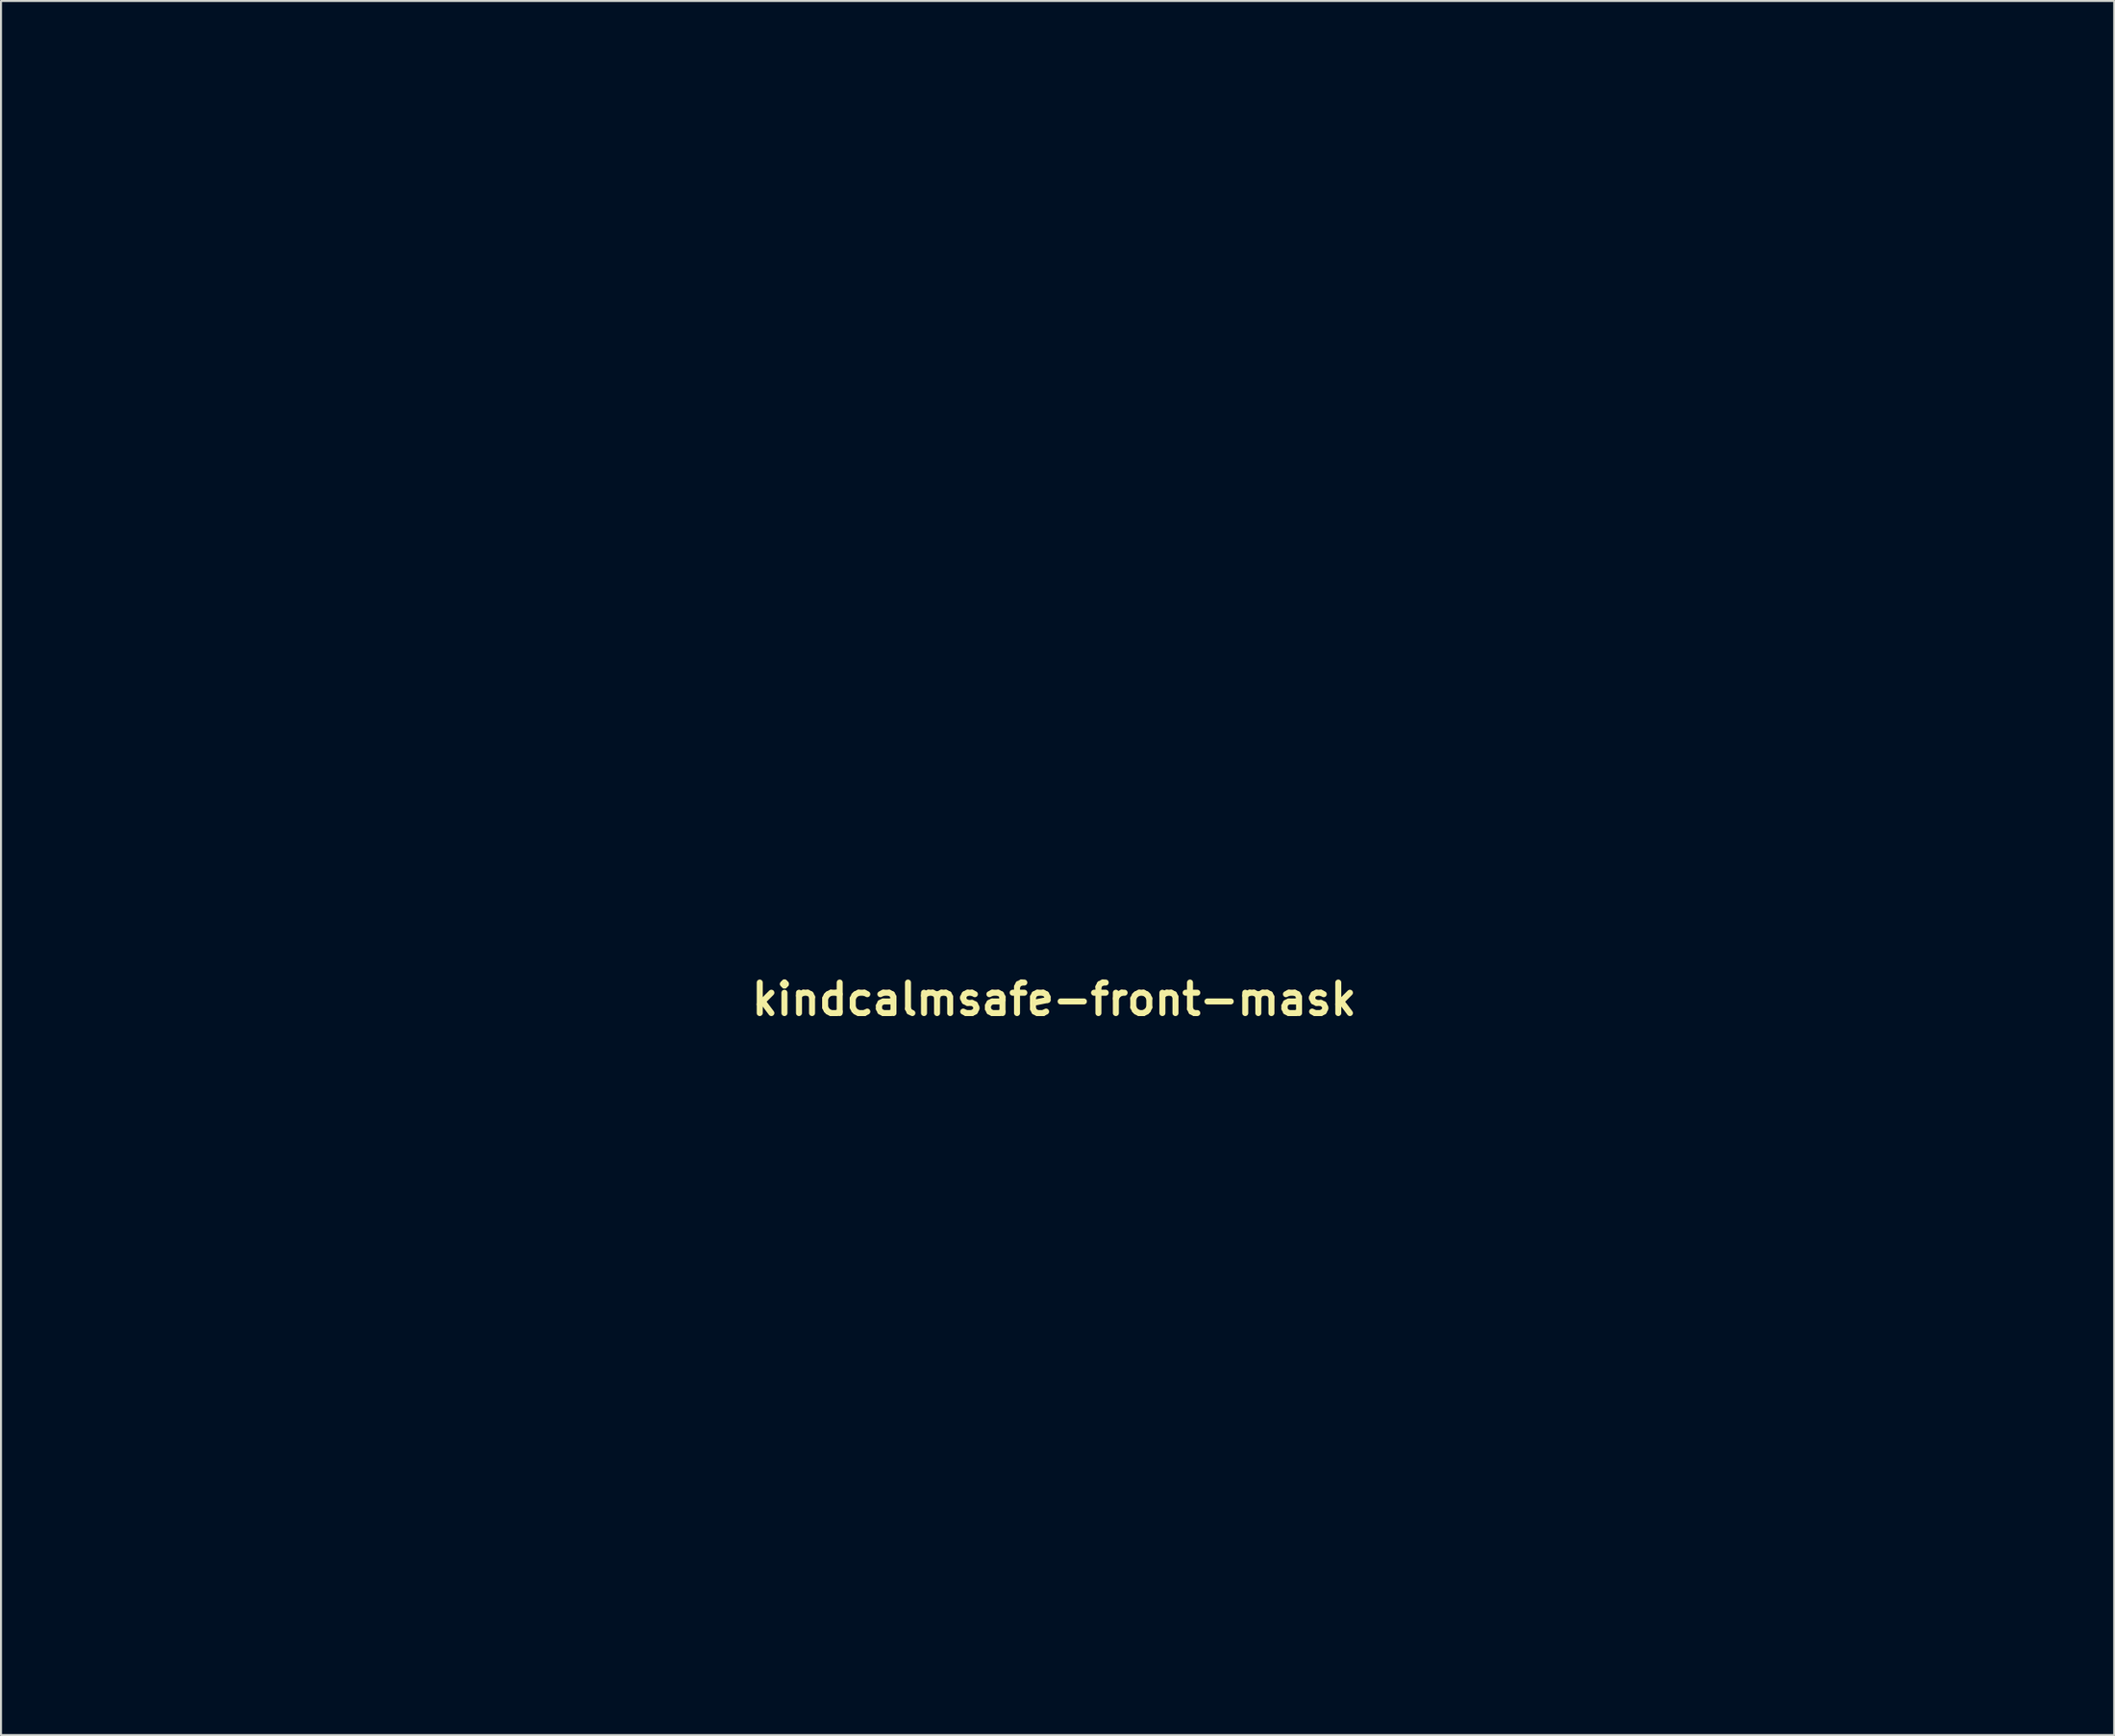
<source format=kicad_pcb>
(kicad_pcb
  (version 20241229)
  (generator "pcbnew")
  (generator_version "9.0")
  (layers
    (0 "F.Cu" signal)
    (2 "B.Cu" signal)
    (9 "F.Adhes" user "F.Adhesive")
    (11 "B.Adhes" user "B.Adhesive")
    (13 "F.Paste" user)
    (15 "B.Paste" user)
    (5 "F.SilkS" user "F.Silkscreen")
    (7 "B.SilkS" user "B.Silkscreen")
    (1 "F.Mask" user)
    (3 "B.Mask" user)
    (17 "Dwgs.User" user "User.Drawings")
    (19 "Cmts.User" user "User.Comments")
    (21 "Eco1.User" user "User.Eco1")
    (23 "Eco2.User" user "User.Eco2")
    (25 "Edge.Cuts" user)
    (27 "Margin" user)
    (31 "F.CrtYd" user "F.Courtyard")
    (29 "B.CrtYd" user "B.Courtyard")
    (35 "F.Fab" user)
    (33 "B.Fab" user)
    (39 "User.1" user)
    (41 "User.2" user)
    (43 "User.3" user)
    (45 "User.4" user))
  (footprint "kindcalmsafe-front-mask"
    (layer "F.Cu")
    (at 49.574 46.862)
    (property "Reference" "kindcalmsafe-front-mask" (at 0 0 0) (layer "F.SilkS") (effects (font (size 1.524 1.524) (thickness 0.3))))
    (attr through_hole)
    (fp_poly (pts (xy -18.477 -7.922) (xy -18.156 -7.82) (xy -17.901 -7.612) (xy -17.705 -7.286) (xy -17.558 -6.829) (xy -17.452 -6.228) (xy -17.393 -5.652) (xy -17.333 -4.911) (xy -20.176 -4.911) (xy -20.12 -5.702) (xy -20.039 -6.424) (xy -19.907 -6.994) (xy -19.721 -7.425) (xy -19.568 -7.637) (xy -19.392 -7.801) (xy -19.199 -7.889) (xy -18.916 -7.93) (xy -18.874 -7.933) (xy -18.477 -7.922)) (stroke (width 0.01) (type solid)) (fill yes) (layer "F.Mask"))
    (fp_poly (pts (xy -16.699 -27.904) (xy -16.378 -27.801) (xy -16.123 -27.593) (xy -15.927 -27.267) (xy -15.78 -26.81) (xy -15.674 -26.209) (xy -15.615 -25.633) (xy -15.555 -24.892) (xy -18.398 -24.892) (xy -18.342 -25.684) (xy -18.261 -26.405) (xy -18.129 -26.975) (xy -17.943 -27.406) (xy -17.79 -27.618) (xy -17.614 -27.782) (xy -17.421 -27.87) (xy -17.138 -27.911) (xy -17.096 -27.914) (xy -16.699 -27.904)) (stroke (width 0.01) (type solid)) (fill yes) (layer "F.Mask"))
    (fp_poly (pts (xy -14.667 12.059) (xy -14.346 12.161) (xy -14.091 12.369) (xy -13.895 12.695) (xy -13.748 13.152) (xy -13.642 13.754) (xy -13.583 14.33) (xy -13.523 15.071) (xy -16.366 15.071) (xy -16.31 14.279) (xy -16.229 13.558) (xy -16.097 12.987) (xy -15.911 12.557) (xy -15.758 12.345) (xy -15.582 12.18) (xy -15.389 12.093) (xy -15.106 12.052) (xy -15.064 12.048) (xy -14.667 12.059)) (stroke (width 0.01) (type solid)) (fill yes) (layer "F.Mask"))
    (fp_poly (pts (xy 32.492 12.059) (xy 32.813 12.161) (xy 33.068 12.369) (xy 33.264 12.695) (xy 33.411 13.152) (xy 33.517 13.754) (xy 33.576 14.33) (xy 33.636 15.071) (xy 30.794 15.071) (xy 30.849 14.279) (xy 30.93 13.558) (xy 31.062 12.987) (xy 31.248 12.557) (xy 31.401 12.345) (xy 31.577 12.18) (xy 31.771 12.093) (xy 32.054 12.052) (xy 32.096 12.048) (xy 32.492 12.059)) (stroke (width 0.01) (type solid)) (fill yes) (layer "F.Mask"))
    (fp_poly (pts (xy -31.814 -11.234) (xy -31.358 -11.201) (xy -30.915 -11.152) (xy -30.54 -11.094) (xy -30.313 -11.042) (xy -29.835 -10.825) (xy -29.451 -10.499) (xy -29.19 -10.091) (xy -29.124 -9.903) (xy -29.052 -9.406) (xy -29.079 -8.876) (xy -29.197 -8.38) (xy -29.327 -8.095) (xy -29.635 -7.736) (xy -30.09 -7.458) (xy -30.69 -7.261) (xy -31.431 -7.145) (xy -32.194 -7.113) (xy -32.851 -7.112) (xy -32.851 -11.287) (xy -31.814 -11.234)) (stroke (width 0.01) (type solid)) (fill yes) (layer "F.Mask"))
    (fp_poly (pts (xy -30.035 -31.215) (xy -29.58 -31.182) (xy -29.137 -31.133) (xy -28.762 -31.075) (xy -28.535 -31.024) (xy -28.057 -30.806) (xy -27.673 -30.48) (xy -27.412 -30.072) (xy -27.346 -29.884) (xy -27.274 -29.388) (xy -27.301 -28.857) (xy -27.419 -28.361) (xy -27.549 -28.077) (xy -27.857 -27.718) (xy -28.312 -27.439) (xy -28.912 -27.242) (xy -29.653 -27.127) (xy -30.416 -27.094) (xy -31.073 -27.093) (xy -31.073 -31.268) (xy -30.035 -31.215)) (stroke (width 0.01) (type solid)) (fill yes) (layer "F.Mask"))
    (fp_poly (pts (xy -28.003 8.748) (xy -27.548 8.781) (xy -27.105 8.83) (xy -26.73 8.887) (xy -26.503 8.939) (xy -26.025 9.156) (xy -25.641 9.483) (xy -25.38 9.89) (xy -25.314 10.078) (xy -25.242 10.575) (xy -25.269 11.106) (xy -25.387 11.601) (xy -25.517 11.886) (xy -25.825 12.245) (xy -26.28 12.524) (xy -26.88 12.721) (xy -27.621 12.836) (xy -28.384 12.869) (xy -29.041 12.869) (xy -29.041 8.695) (xy -28.003 8.748)) (stroke (width 0.01) (type solid)) (fill yes) (layer "F.Mask"))
    (fp_poly (pts (xy -31.771 -6.073) (xy -31.004 -6.017) (xy -30.381 -5.911) (xy -29.882 -5.747) (xy -29.487 -5.516) (xy -29.174 -5.208) (xy -28.925 -4.815) (xy -28.902 -4.769) (xy -28.785 -4.511) (xy -28.713 -4.284) (xy -28.676 -4.031) (xy -28.663 -3.695) (xy -28.662 -3.471) (xy -28.671 -3.05) (xy -28.701 -2.744) (xy -28.761 -2.501) (xy -28.858 -2.269) (xy -29.114 -1.853) (xy -29.443 -1.527) (xy -29.864 -1.281) (xy -30.394 -1.109) (xy -31.053 -1) (xy -31.729 -0.952) (xy -32.851 -0.907) (xy -32.851 -6.118) (xy -31.771 -6.073)) (stroke (width 0.01) (type solid)) (fill yes) (layer "F.Mask"))
    (fp_poly (pts (xy -29.993 -26.055) (xy -29.226 -25.998) (xy -28.603 -25.892) (xy -28.104 -25.729) (xy -27.709 -25.497) (xy -27.396 -25.19) (xy -27.147 -24.796) (xy -27.124 -24.75) (xy -27.007 -24.492) (xy -26.935 -24.266) (xy -26.898 -24.012) (xy -26.885 -23.676) (xy -26.884 -23.453) (xy -26.893 -23.031) (xy -26.923 -22.726) (xy -26.983 -22.483) (xy -27.08 -22.25) (xy -27.336 -21.834) (xy -27.665 -21.508) (xy -28.086 -21.263) (xy -28.616 -21.09) (xy -29.275 -20.982) (xy -29.951 -20.934) (xy -31.073 -20.889) (xy -31.073 -26.1) (xy -29.993 -26.055)) (stroke (width 0.01) (type solid)) (fill yes) (layer "F.Mask"))
    (fp_poly (pts (xy -27.961 13.908) (xy -27.194 13.965) (xy -26.571 14.07) (xy -26.072 14.234) (xy -25.677 14.465) (xy -25.364 14.773) (xy -25.115 15.167) (xy -25.092 15.213) (xy -24.975 15.47) (xy -24.903 15.697) (xy -24.866 15.95) (xy -24.853 16.286) (xy -24.852 16.51) (xy -24.861 16.931) (xy -24.891 17.237) (xy -24.951 17.48) (xy -25.048 17.713) (xy -25.304 18.129) (xy -25.633 18.455) (xy -26.054 18.7) (xy -26.584 18.873) (xy -27.243 18.981) (xy -27.919 19.029) (xy -29.041 19.074) (xy -29.041 13.863) (xy -27.961 13.908)) (stroke (width 0.01) (type solid)) (fill yes) (layer "F.Mask"))
    (fp_poly (pts (xy 12.36 -3.281) (xy 12.357 -2.811) (xy 12.345 -2.475) (xy 12.32 -2.236) (xy 12.277 -2.058) (xy 12.212 -1.906) (xy 12.169 -1.828) (xy 11.92 -1.478) (xy 11.628 -1.26) (xy 11.249 -1.149) (xy 10.985 -1.123) (xy 10.616 -1.123) (xy 10.361 -1.175) (xy 10.234 -1.238) (xy 9.956 -1.497) (xy 9.775 -1.865) (xy 9.68 -2.361) (xy 9.672 -2.456) (xy 9.677 -3.021) (xy 9.788 -3.478) (xy 10.015 -3.86) (xy 10.103 -3.959) (xy 10.333 -4.157) (xy 10.606 -4.289) (xy 10.957 -4.366) (xy 11.424 -4.399) (xy 11.663 -4.402) (xy 12.361 -4.403) (xy 12.36 -3.281)) (stroke (width 0.01) (type solid)) (fill yes) (layer "F.Mask"))
    (fp_poly (pts (xy 14.9 16.701) (xy 14.897 17.17) (xy 14.885 17.506) (xy 14.86 17.745) (xy 14.817 17.923) (xy 14.752 18.076) (xy 14.709 18.153) (xy 14.46 18.503) (xy 14.168 18.721) (xy 13.789 18.832) (xy 13.525 18.858) (xy 13.156 18.858) (xy 12.901 18.806) (xy 12.774 18.743) (xy 12.496 18.484) (xy 12.315 18.116) (xy 12.22 17.62) (xy 12.212 17.525) (xy 12.217 16.96) (xy 12.328 16.503) (xy 12.555 16.122) (xy 12.643 16.022) (xy 12.873 15.825) (xy 13.146 15.692) (xy 13.497 15.615) (xy 13.964 15.582) (xy 14.203 15.579) (xy 14.901 15.579) (xy 14.9 16.701)) (stroke (width 0.01) (type solid)) (fill yes) (layer "F.Mask"))
    (fp_poly (pts (xy 33.812 -27.534) (xy 34.134 -27.41) (xy 34.185 -27.376) (xy 34.421 -27.169) (xy 34.608 -26.922) (xy 34.751 -26.615) (xy 34.853 -26.23) (xy 34.919 -25.746) (xy 34.954 -25.144) (xy 34.961 -24.405) (xy 34.955 -23.918) (xy 34.944 -23.355) (xy 34.931 -22.931) (xy 34.912 -22.618) (xy 34.885 -22.386) (xy 34.846 -22.205) (xy 34.79 -22.047) (xy 34.715 -21.881) (xy 34.694 -21.84) (xy 34.482 -21.485) (xy 34.239 -21.25) (xy 34.132 -21.183) (xy 33.715 -21.034) (xy 33.25 -21.004) (xy 32.807 -21.092) (xy 32.683 -21.146) (xy 32.414 -21.326) (xy 32.2 -21.577) (xy 32.037 -21.916) (xy 31.919 -22.36) (xy 31.842 -22.925) (xy 31.802 -23.627) (xy 31.792 -24.299) (xy 31.807 -25.121) (xy 31.854 -25.793) (xy 31.938 -26.331) (xy 32.064 -26.753) (xy 32.237 -27.075) (xy 32.46 -27.314) (xy 32.683 -27.458) (xy 33.018 -27.562) (xy 33.417 -27.586) (xy 33.812 -27.534)) (stroke (width 0.01) (type solid)) (fill yes) (layer "F.Mask"))
    (fp_poly (pts (xy -13.935 -46.856) (xy -13.404 -46.852) (xy -12.98 -46.841) (xy -12.632 -46.822) (xy -12.331 -46.793) (xy -12.043 -46.752) (xy -11.74 -46.696) (xy -11.418 -46.629) (xy -9.99 -46.261) (xy -8.59 -45.78) (xy -7.257 -45.201) (xy -6.028 -44.539) (xy -5.553 -44.241) (xy -4.821 -43.758) (xy -4.421 -44.014) (xy -4.023 -44.247) (xy -3.508 -44.515) (xy -2.922 -44.797) (xy -2.308 -45.074) (xy -1.71 -45.324) (xy -1.173 -45.528) (xy -0.986 -45.592) (xy -0.512 -45.736) (xy 0.05 -45.89) (xy 0.62 -46.033) (xy 1.004 -46.121) (xy 1.35 -46.192) (xy 1.651 -46.247) (xy 1.938 -46.288) (xy 2.243 -46.316) (xy 2.595 -46.334) (xy 3.026 -46.344) (xy 3.567 -46.348) (xy 4.191 -46.349) (xy 4.861 -46.348) (xy 5.392 -46.344) (xy 5.816 -46.333) (xy 6.164 -46.314) (xy 6.465 -46.285) (xy 6.753 -46.244) (xy 7.056 -46.188) (xy 7.378 -46.121) (xy 7.902 -46) (xy 8.477 -45.852) (xy 9.024 -45.698) (xy 9.368 -45.592) (xy 9.874 -45.41) (xy 10.458 -45.173) (xy 11.076 -44.902) (xy 11.682 -44.617) (xy 12.233 -44.339) (xy 12.684 -44.088) (xy 12.813 -44.008) (xy 13.222 -43.746) (xy 14.294 -44.097) (xy 15.301 -44.406) (xy 16.211 -44.64) (xy 17.073 -44.806) (xy 17.939 -44.912) (xy 18.858 -44.968) (xy 19.685 -44.981) (xy 21.381 -44.901) (xy 23.023 -44.661) (xy 24.613 -44.26) (xy 26.155 -43.697) (xy 27.652 -42.971) (xy 28.482 -42.487) (xy 29.598 -41.718) (xy 30.685 -40.82) (xy 31.713 -39.823) (xy 32.653 -38.76) (xy 33.474 -37.659) (xy 33.949 -36.906) (xy 34.324 -36.261) (xy 35.006 -36.16) (xy 36.544 -35.848) (xy 38.052 -35.377) (xy 39.516 -34.756) (xy 40.92 -33.995) (xy 42.251 -33.103) (xy 43.494 -32.091) (xy 44.635 -30.967) (xy 45.66 -29.741) (xy 46.466 -28.566) (xy 47.285 -27.094) (xy 47.94 -25.578) (xy 48.432 -24.015) (xy 48.764 -22.403) (xy 48.934 -20.738) (xy 48.96 -19.77) (xy 48.891 -18.187) (xy 48.685 -16.651) (xy 48.348 -15.185) (xy 47.983 -14.07) (xy 47.782 -13.536) (xy 48.141 -12.843) (xy 48.78 -11.447) (xy 49.299 -9.966) (xy 49.68 -8.45) (xy 49.764 -8.003) (xy 49.818 -7.581) (xy 49.861 -7.034) (xy 49.891 -6.395) (xy 49.91 -5.701) (xy 49.916 -4.987) (xy 49.91 -4.288) (xy 49.892 -3.641) (xy 49.86 -3.081) (xy 49.815 -2.643) (xy 49.799 -2.54) (xy 49.673 -1.919) (xy 49.506 -1.224) (xy 49.314 -0.514) (xy 49.112 0.152) (xy 48.918 0.715) (xy 48.9 0.761) (xy 48.716 1.203) (xy 48.479 1.725) (xy 48.212 2.28) (xy 47.937 2.822) (xy 47.677 3.306) (xy 47.456 3.684) (xy 47.431 3.723) (xy 47.189 4.101) (xy 47.418 4.955) (xy 47.745 6.489) (xy 47.921 8.073) (xy 47.948 9.682) (xy 47.824 11.287) (xy 47.55 12.862) (xy 47.414 13.42) (xy 47.257 13.988) (xy 47.097 14.501) (xy 46.919 15.001) (xy 46.706 15.53) (xy 46.443 16.128) (xy 46.15 16.764) (xy 45.92 17.257) (xy 45.686 17.768) (xy 45.471 18.245) (xy 45.297 18.636) (xy 45.253 18.738) (xy 44.623 20.011) (xy 43.848 21.263) (xy 42.948 22.467) (xy 41.947 23.593) (xy 40.867 24.613) (xy 40.223 25.136) (xy 39.642 25.623) (xy 39.176 26.11) (xy 38.947 26.4) (xy 37.904 27.679) (xy 36.744 28.838) (xy 35.473 29.872) (xy 34.099 30.779) (xy 32.628 31.552) (xy 31.067 32.189) (xy 29.423 32.685) (xy 28.799 32.831) (xy 28.488 32.896) (xy 28.216 32.948) (xy 27.957 32.988) (xy 27.685 33.018) (xy 27.376 33.039) (xy 27.002 33.052) (xy 26.54 33.06) (xy 25.962 33.065) (xy 25.244 33.067) (xy 25.146 33.067) (xy 24.427 33.072) (xy 23.697 33.084) (xy 22.992 33.102) (xy 22.347 33.124) (xy 21.798 33.15) (xy 21.38 33.179) (xy 21.355 33.181) (xy 19.951 33.236) (xy 18.486 33.156) (xy 17.187 32.978) (xy 16.797 32.917) (xy 16.49 32.894) (xy 16.187 32.911) (xy 15.809 32.967) (xy 15.75 32.977) (xy 14.059 33.189) (xy 12.397 33.236) (xy 10.755 33.116) (xy 9.128 32.829) (xy 7.508 32.373) (xy 7.273 32.293) (xy 6.888 32.156) (xy 6.541 32.025) (xy 6.276 31.919) (xy 6.161 31.867) (xy 6.046 31.818) (xy 5.921 31.802) (xy 5.753 31.826) (xy 5.503 31.893) (xy 5.138 32.011) (xy 5.039 32.044) (xy 4.581 32.186) (xy 4.032 32.338) (xy 3.47 32.481) (xy 3.07 32.572) (xy 2.725 32.644) (xy 2.425 32.699) (xy 2.141 32.74) (xy 1.841 32.768) (xy 1.495 32.787) (xy 1.074 32.797) (xy 0.545 32.802) (xy -0.12 32.803) (xy -0.169 32.803) (xy -0.844 32.802) (xy -1.38 32.798) (xy -1.808 32.788) (xy -2.157 32.77) (xy -2.459 32.742) (xy -2.744 32.702) (xy -3.043 32.648) (xy -3.385 32.577) (xy -3.418 32.57) (xy -3.954 32.443) (xy -4.55 32.282) (xy -5.124 32.11) (xy -5.492 31.987) (xy -5.953 31.828) (xy -6.317 31.723) (xy -6.642 31.658) (xy -6.988 31.621) (xy -7.343 31.603) (xy -7.738 31.59) (xy -8.021 31.595) (xy -8.252 31.63) (xy -8.488 31.705) (xy -8.788 31.831) (xy -8.983 31.919) (xy -10.314 32.465) (xy -11.611 32.885) (xy -12.931 33.196) (xy -13.674 33.324) (xy -14.415 33.408) (xy -15.249 33.455) (xy -16.134 33.464) (xy -17.031 33.439) (xy -17.898 33.38) (xy -18.696 33.288) (xy -19.383 33.166) (xy -19.61 33.11) (xy -19.832 33.089) (xy -20.146 33.127) (xy -20.583 33.23) (xy -20.587 33.231) (xy -21.278 33.388) (xy -22.075 33.522) (xy -22.929 33.63) (xy -23.792 33.707) (xy -24.616 33.748) (xy -25.352 33.748) (xy -25.696 33.729) (xy -27.418 33.512) (xy -29.079 33.14) (xy -30.674 32.617) (xy -32.195 31.943) (xy -33.638 31.121) (xy -33.92 30.936) (xy -34.369 30.651) (xy -34.745 30.451) (xy -35.102 30.309) (xy -35.388 30.227) (xy -37.002 29.729) (xy -38.545 29.081) (xy -40.009 28.289) (xy -41.384 27.359) (xy -42.66 26.3) (xy -43.829 25.116) (xy -44.88 23.814) (xy -45.339 23.152) (xy -46.019 22.001) (xy -46.627 20.732) (xy -47.145 19.389) (xy -47.555 18.016) (xy -47.715 17.328) (xy -47.84 16.578) (xy -47.931 15.71) (xy -47.985 14.775) (xy -48.001 13.819) (xy -47.977 12.893) (xy -47.926 12.2) (xy -47.883 11.714) (xy -47.864 11.34) (xy -47.871 11.021) (xy -47.903 10.701) (xy -47.963 10.329) (xy -48.019 9.958) (xy -48.08 9.469) (xy -48.141 8.916) (xy -48.159 8.721) (xy -33.867 8.721) (xy -32.258 8.721) (xy -32.258 19.05) (xy -33.867 19.05) (xy -33.867 20.077) (xy -29.358 20.044) (xy -28.364 20.037) (xy -27.524 20.03) (xy -26.823 20.022) (xy -26.243 20.013) (xy -25.771 20.003) (xy -25.39 19.99) (xy -25.084 19.974) (xy -24.839 19.955) (xy -24.638 19.931) (xy -24.467 19.903) (xy -24.308 19.868) (xy -24.151 19.829) (xy -23.326 19.558) (xy -22.648 19.215) (xy -22.108 18.795) (xy -21.697 18.289) (xy -21.518 17.962) (xy -21.416 17.727) (xy -21.351 17.512) (xy -21.313 17.269) (xy -21.297 16.948) (xy -21.294 16.552) (xy -21.297 16.127) (xy -21.314 15.826) (xy -21.34 15.663) (xy -19.64 15.663) (xy -19.573 16.621) (xy -19.375 17.482) (xy -19.05 18.24) (xy -18.603 18.891) (xy -18.038 19.427) (xy -17.36 19.842) (xy -16.572 20.132) (xy -16.341 20.187) (xy -15.847 20.261) (xy -15.252 20.301) (xy -14.62 20.305) (xy -14.015 20.274) (xy -13.501 20.208) (xy -13.434 20.194) (xy -12.658 19.967) (xy -12.002 19.634) (xy -11.515 19.254) (xy -11.172 18.858) (xy -10.863 18.369) (xy -10.631 17.858) (xy -10.55 17.59) (xy -10.495 17.357) (xy -11.925 17.357) (xy -11.984 17.632) (xy -12.161 18.121) (xy -12.454 18.57) (xy -12.83 18.94) (xy -13.253 19.189) (xy -13.335 19.219) (xy -13.628 19.275) (xy -14.038 19.295) (xy -14.355 19.287) (xy -14.751 19.256) (xy -15.029 19.203) (xy -15.24 19.118) (xy -15.347 19.052) (xy -15.678 18.762) (xy -15.932 18.388) (xy -16.119 17.909) (xy -16.247 17.303) (xy -16.31 16.748) (xy -16.365 16.087) (xy -10.304 16.087) (xy -10.354 15.388) (xy -10.485 14.486) (xy -10.736 13.659) (xy -11.1 12.925) (xy -11.567 12.3) (xy -12.128 11.802) (xy -12.208 11.747) (xy -12.696 11.484) (xy -2.541 11.484) (xy -2.492 12.169) (xy -2.425 12.488) (xy -2.273 12.957) (xy -2.077 13.362) (xy -1.82 13.715) (xy -1.486 14.025) (xy -1.061 14.304) (xy -0.529 14.561) (xy 0.126 14.807) (xy 0.92 15.053) (xy 1.756 15.279) (xy 2.511 15.48) (xy 3.118 15.657) (xy 3.596 15.816) (xy 3.966 15.966) (xy 4.245 16.113) (xy 4.453 16.264) (xy 4.545 16.353) (xy 4.789 16.733) (xy 4.904 17.177) (xy 4.895 17.647) (xy 4.766 18.105) (xy 4.523 18.512) (xy 4.238 18.783) (xy 3.828 19.013) (xy 3.332 19.163) (xy 2.724 19.24) (xy 2.201 19.253) (xy 1.354 19.185) (xy 0.623 18.995) (xy 0.009 18.682) (xy -0.488 18.247) (xy -0.869 17.688) (xy -1.108 17.097) (xy -1.286 16.51) (xy -2.375 16.51) (xy -2.351 18.009) (xy -2.328 19.509) (xy -1.693 19.703) (xy -1.296 19.811) (xy -0.79 19.931) (xy -0.231 20.05) (xy 0.322 20.157) (xy 0.811 20.239) (xy 1.016 20.267) (xy 1.201 20.278) (xy 1.518 20.284) (xy 1.933 20.286) (xy 2.407 20.282) (xy 2.709 20.278) (xy 3.292 20.263) (xy 3.745 20.24) (xy 4.105 20.204) (xy 4.412 20.152) (xy 4.704 20.079) (xy 4.741 20.069) (xy 5.548 19.776) (xy 6.21 19.403) (xy 6.735 18.942) (xy 7.131 18.384) (xy 7.407 17.72) (xy 7.525 17.204) (xy 9.245 17.204) (xy 9.246 17.724) (xy 9.345 18.439) (xy 9.563 19.034) (xy 9.903 19.519) (xy 10.373 19.899) (xy 10.977 20.182) (xy 11.049 20.207) (xy 11.359 20.267) (xy 11.78 20.291) (xy 12.257 20.282) (xy 12.735 20.242) (xy 13.159 20.174) (xy 13.409 20.105) (xy 13.686 19.978) (xy 14.022 19.783) (xy 14.347 19.561) (xy 14.362 19.55) (xy 14.901 19.141) (xy 14.901 20.066) (xy 19.135 20.066) (xy 20.058 20.066) (xy 26.086 20.066) (xy 26.06 19.579) (xy 26.035 19.092) (xy 25.209 19.068) (xy 24.384 19.044) (xy 24.384 15.663) (xy 27.52 15.663) (xy 27.587 16.621) (xy 27.785 17.482) (xy 28.109 18.24) (xy 28.556 18.891) (xy 29.121 19.427) (xy 29.799 19.842) (xy 30.587 20.132) (xy 30.819 20.187) (xy 31.312 20.261) (xy 31.908 20.301) (xy 32.54 20.305) (xy 33.145 20.274) (xy 33.658 20.208) (xy 33.726 20.194) (xy 34.501 19.967) (xy 35.158 19.634) (xy 35.644 19.254) (xy 35.988 18.858) (xy 36.296 18.369) (xy 36.529 17.858) (xy 36.609 17.59) (xy 36.664 17.357) (xy 35.235 17.357) (xy 35.175 17.632) (xy 34.999 18.121) (xy 34.705 18.57) (xy 34.329 18.94) (xy 33.906 19.189) (xy 33.825 19.219) (xy 33.531 19.275) (xy 33.121 19.295) (xy 32.804 19.287) (xy 32.409 19.256) (xy 32.13 19.203) (xy 31.919 19.118) (xy 31.813 19.052) (xy 31.482 18.762) (xy 31.227 18.388) (xy 31.04 17.909) (xy 30.913 17.303) (xy 30.849 16.748) (xy 30.794 16.087) (xy 36.855 16.087) (xy 36.805 15.388) (xy 36.674 14.486) (xy 36.423 13.659) (xy 36.059 12.925) (xy 35.592 12.3) (xy 35.031 11.802) (xy 34.951 11.747) (xy 34.302 11.398) (xy 33.577 11.166) (xy 32.748 11.044) (xy 32.608 11.034) (xy 31.621 11.044) (xy 30.723 11.192) (xy 29.922 11.473) (xy 29.225 11.879) (xy 28.637 12.406) (xy 28.166 13.046) (xy 27.818 13.795) (xy 27.601 14.646) (xy 27.52 15.592) (xy 27.52 15.663) (xy 24.384 15.663) (xy 24.384 12.277) (xy 26.585 12.277) (xy 26.585 11.261) (xy 24.384 11.261) (xy 24.384 10.242) (xy 24.403 9.601) (xy 24.466 9.106) (xy 24.58 8.737) (xy 24.755 8.475) (xy 24.999 8.299) (xy 25.244 8.209) (xy 25.672 8.168) (xy 26.069 8.263) (xy 26.4 8.476) (xy 26.634 8.787) (xy 26.724 9.073) (xy 26.776 9.398) (xy 27.771 9.398) (xy 27.771 7.475) (xy 27.114 7.357) (xy 26.647 7.294) (xy 26.095 7.254) (xy 25.498 7.235) (xy 24.896 7.238) (xy 24.329 7.261) (xy 23.835 7.305) (xy 23.454 7.369) (xy 23.344 7.4) (xy 22.731 7.674) (xy 22.208 8.055) (xy 21.799 8.521) (xy 21.527 9.048) (xy 21.498 9.134) (xy 21.455 9.348) (xy 21.413 9.679) (xy 21.377 10.076) (xy 21.36 10.351) (xy 21.314 11.261) (xy 20.066 11.261) (xy 20.066 12.277) (xy 21.336 12.277) (xy 21.336 19.043) (xy 20.722 19.067) (xy 20.108 19.092) (xy 20.083 19.579) (xy 20.058 20.066) (xy 19.135 20.066) (xy 19.135 19.05) (xy 17.97 19.05) (xy 17.928 16.447) (xy 17.912 15.627) (xy 17.894 14.956) (xy 17.87 14.412) (xy 17.836 13.974) (xy 17.79 13.621) (xy 17.729 13.332) (xy 17.648 13.085) (xy 17.546 12.86) (xy 17.419 12.636) (xy 17.345 12.516) (xy 17.035 12.116) (xy 16.643 11.788) (xy 16.195 11.527) (xy 15.642 11.312) (xy 14.963 11.156) (xy 14.193 11.061) (xy 13.366 11.026) (xy 12.514 11.053) (xy 11.673 11.142) (xy 10.875 11.294) (xy 10.456 11.408) (xy 9.948 11.564) (xy 9.924 12.555) (xy 9.901 13.547) (xy 10.814 13.547) (xy 11.082 13.002) (xy 11.299 12.619) (xy 11.533 12.353) (xy 11.82 12.183) (xy 12.199 12.085) (xy 12.707 12.038) (xy 12.719 12.037) (xy 13.386 12.056) (xy 13.924 12.184) (xy 14.34 12.426) (xy 14.638 12.787) (xy 14.822 13.271) (xy 14.898 13.882) (xy 14.901 14.034) (xy 14.901 14.563) (xy 13.61 14.564) (xy 12.709 14.588) (xy 11.952 14.663) (xy 11.318 14.794) (xy 10.787 14.987) (xy 10.34 15.247) (xy 9.955 15.582) (xy 9.881 15.662) (xy 9.546 16.12) (xy 9.338 16.622) (xy 9.245 17.204) (xy 7.525 17.204) (xy 7.544 17.121) (xy 7.599 16.38) (xy 7.527 15.645) (xy 7.34 14.951) (xy 7.045 14.329) (xy 6.652 13.814) (xy 6.556 13.72) (xy 6.24 13.466) (xy 5.86 13.236) (xy 5.395 13.019) (xy 4.824 12.808) (xy 4.126 12.593) (xy 3.302 12.373) (xy 2.465 12.155) (xy 1.779 11.96) (xy 1.23 11.778) (xy 0.803 11.601) (xy 0.482 11.419) (xy 0.254 11.221) (xy 0.104 10.998) (xy 0.016 10.74) (xy -0.023 10.439) (xy -0.031 10.196) (xy 0.02 9.702) (xy 0.188 9.318) (xy 0.489 9.017) (xy 0.839 8.816) (xy 1.05 8.723) (xy 1.242 8.66) (xy 1.458 8.622) (xy 1.737 8.602) (xy 2.12 8.594) (xy 2.413 8.594) (xy 3.062 8.609) (xy 3.579 8.662) (xy 3.997 8.758) (xy 4.351 8.906) (xy 4.651 9.097) (xy 5.042 9.475) (xy 5.371 9.965) (xy 5.589 10.482) (xy 5.738 10.964) (xy 6.816 10.964) (xy 6.862 8.226) (xy 6.373 8.084) (xy 5.37 7.832) (xy 4.337 7.648) (xy 3.308 7.533) (xy 2.319 7.491) (xy 1.403 7.523) (xy 0.594 7.632) (xy 0.444 7.665) (xy -0.235 7.885) (xy -0.869 8.212) (xy -1.424 8.622) (xy -1.869 9.092) (xy -2.109 9.468) (xy -2.343 10.073) (xy -2.489 10.765) (xy -2.541 11.484) (xy -12.696 11.484) (xy -12.857 11.398) (xy -13.582 11.166) (xy -14.411 11.044) (xy -14.551 11.034) (xy -15.539 11.044) (xy -16.436 11.192) (xy -17.237 11.473) (xy -17.935 11.879) (xy -18.522 12.406) (xy -18.993 13.046) (xy -19.341 13.795) (xy -19.559 14.646) (xy -19.639 15.592) (xy -19.64 15.663) (xy -21.34 15.663) (xy -21.35 15.602) (xy -21.414 15.411) (xy -21.513 15.205) (xy -21.519 15.194) (xy -21.814 14.76) (xy -22.211 14.343) (xy -22.649 14.005) (xy -22.83 13.901) (xy -23.148 13.761) (xy -23.538 13.622) (xy -23.942 13.499) (xy -24.306 13.411) (xy -24.573 13.373) (xy -24.583 13.373) (xy -24.673 13.358) (xy -24.61 13.317) (xy -24.389 13.248) (xy -24.244 13.209) (xy -23.51 12.964) (xy -22.927 12.651) (xy -22.49 12.263) (xy -22.194 11.793) (xy -22.032 11.236) (xy -21.995 10.709) (xy -22.072 10.01) (xy -22.287 9.403) (xy -22.643 8.89) (xy -23.14 8.468) (xy -23.78 8.136) (xy -24.562 7.894) (xy -24.892 7.826) (xy -25.097 7.797) (xy -25.378 7.773) (xy -25.745 7.753) (xy -26.214 7.737) (xy -26.795 7.725) (xy -27.503 7.716) (xy -28.351 7.711) (xy -29.351 7.708) (xy -29.697 7.708) (xy -33.867 7.705) (xy -33.867 8.721) (xy -48.159 8.721) (xy -48.194 8.351) (xy -48.216 8.086) (xy -48.284 7.361) (xy -48.365 6.745) (xy -48.454 6.261) (xy -48.507 6.054) (xy -48.745 5.152) (xy -48.914 4.251) (xy -49.022 3.297) (xy -49.077 2.235) (xy -49.078 2.201) (xy -49.103 1.509) (xy -49.142 0.927) (xy -49.202 0.399) (xy -49.288 -0.133) (xy -49.344 -0.423) (xy -49.416 -0.794) (xy -49.471 -1.116) (xy -49.511 -1.421) (xy -49.539 -1.74) (xy -49.556 -2.106) (xy -49.566 -2.551) (xy -49.569 -3.106) (xy -49.569 -3.683) (xy -49.567 -4.358) (xy -49.561 -4.894) (xy -49.549 -5.322) (xy -49.529 -5.672) (xy -49.5 -5.976) (xy -49.457 -6.265) (xy -49.401 -6.568) (xy -49.349 -6.816) (xy -49.132 -7.832) (xy -49.344 -8.805) (xy -49.41 -9.119) (xy -49.461 -9.401) (xy -49.498 -9.681) (xy -49.525 -9.987) (xy -49.543 -10.349) (xy -49.554 -10.796) (xy -49.558 -11.261) (xy -37.677 -11.261) (xy -36.068 -11.261) (xy -36.068 -0.931) (xy -37.677 -0.931) (xy -37.677 0.095) (xy -33.168 0.063) (xy -32.174 0.056) (xy -31.334 0.048) (xy -30.633 0.041) (xy -30.053 0.032) (xy -29.581 0.022) (xy -29.2 0.009) (xy -28.894 -0.007) (xy -28.649 -0.026) (xy -28.448 -0.05) (xy -28.277 -0.079) (xy -28.118 -0.113) (xy -27.961 -0.153) (xy -27.136 -0.423) (xy -26.458 -0.766) (xy -25.918 -1.187) (xy -25.507 -1.692) (xy -25.328 -2.019) (xy -25.226 -2.254) (xy -25.161 -2.469) (xy -25.123 -2.713) (xy -25.107 -3.033) (xy -25.104 -3.429) (xy -25.107 -3.854) (xy -25.124 -4.156) (xy -25.15 -4.318) (xy -23.45 -4.318) (xy -23.383 -3.361) (xy -23.185 -2.5) (xy -22.86 -1.741) (xy -22.413 -1.091) (xy -21.848 -0.555) (xy -21.17 -0.139) (xy -20.382 0.15) (xy -20.151 0.206) (xy -19.657 0.28) (xy -19.062 0.319) (xy -18.43 0.324) (xy -17.825 0.293) (xy -17.311 0.227) (xy -17.244 0.213) (xy -16.468 -0.015) (xy -15.812 -0.348) (xy -15.325 -0.727) (xy -14.982 -1.123) (xy -14.673 -1.613) (xy -14.441 -2.124) (xy -14.36 -2.392) (xy -14.305 -2.625) (xy -15.735 -2.625) (xy -15.794 -2.349) (xy -15.971 -1.861) (xy -16.264 -1.411) (xy -16.64 -1.041) (xy -17.063 -0.792) (xy -17.145 -0.762) (xy -17.438 -0.706) (xy -17.848 -0.686) (xy -18.165 -0.694) (xy -18.561 -0.725) (xy -18.839 -0.778) (xy -19.05 -0.864) (xy -19.157 -0.929) (xy -19.488 -1.219) (xy -19.742 -1.593) (xy -19.929 -2.073) (xy -20.057 -2.678) (xy -20.12 -3.233) (xy -20.175 -3.895) (xy -14.114 -3.895) (xy -14.164 -4.593) (xy -14.295 -5.495) (xy -14.499 -6.167) (xy -6.731 -6.167) (xy -6.715 -5.494) (xy -6.666 -4.862) (xy -6.583 -4.323) (xy -6.539 -4.137) (xy -6.194 -3.178) (xy -5.716 -2.321) (xy -5.113 -1.572) (xy -4.389 -0.936) (xy -3.553 -0.421) (xy -2.61 -0.031) (xy -1.651 0.213) (xy -1.106 0.284) (xy -0.463 0.321) (xy 0.216 0.324) (xy 0.866 0.292) (xy 1.423 0.226) (xy 1.495 0.213) (xy 2.358 -0.029) (xy 3.124 -0.406) (xy 3.784 -0.912) (xy 4.334 -1.544) (xy 4.731 -2.222) (xy 4.889 -2.569) (xy 4.974 -2.778) (xy 6.705 -2.778) (xy 6.706 -2.257) (xy 6.805 -1.543) (xy 7.023 -0.947) (xy 7.363 -0.463) (xy 7.833 -0.083) (xy 8.437 0.201) (xy 8.509 0.226) (xy 8.819 0.286) (xy 9.24 0.31) (xy 9.717 0.301) (xy 10.195 0.261) (xy 10.619 0.192) (xy 10.869 0.124) (xy 11.146 -0.003) (xy 11.482 -0.198) (xy 11.807 -0.42) (xy 11.822 -0.432) (xy 12.361 -0.84) (xy 12.361 0.085) (xy 16.595 0.085) (xy 17.518 0.085) (xy 23.029 0.085) (xy 23.029 -0.931) (xy 21.845 -0.931) (xy 21.82 -7.705) (xy 23.952 -7.705) (xy 25.231 -7.705) (xy 25.231 -0.939) (xy 24.617 -0.914) (xy 24.003 -0.889) (xy 23.978 -0.402) (xy 23.952 0.085) (xy 29.295 0.085) (xy 29.295 -0.931) (xy 28.279 -0.931) (xy 28.279 -3.456) (xy 28.281 -4.279) (xy 28.288 -4.951) (xy 28.305 -5.492) (xy 28.333 -5.92) (xy 28.376 -6.255) (xy 28.437 -6.515) (xy 28.518 -6.719) (xy 28.624 -6.886) (xy 28.756 -7.036) (xy 28.867 -7.14) (xy 29.236 -7.385) (xy 29.646 -7.513) (xy 30.057 -7.522) (xy 30.425 -7.409) (xy 30.614 -7.274) (xy 30.711 -7.163) (xy 30.79 -7.017) (xy 30.852 -6.82) (xy 30.901 -6.554) (xy 30.937 -6.204) (xy 30.962 -5.751) (xy 30.977 -5.181) (xy 30.986 -4.474) (xy 30.988 -3.616) (xy 30.988 -3.594) (xy 30.988 -0.931) (xy 29.972 -0.931) (xy 29.972 0.085) (xy 35.052 0.085) (xy 35.052 -0.931) (xy 34.036 -0.931) (xy 34.036 -3.456) (xy 34.038 -4.279) (xy 34.045 -4.951) (xy 34.062 -5.492) (xy 34.09 -5.92) (xy 34.133 -6.255) (xy 34.194 -6.515) (xy 34.276 -6.719) (xy 34.381 -6.886) (xy 34.514 -7.036) (xy 34.624 -7.14) (xy 34.993 -7.385) (xy 35.404 -7.513) (xy 35.814 -7.522) (xy 36.182 -7.409) (xy 36.372 -7.274) (xy 36.468 -7.163) (xy 36.547 -7.017) (xy 36.61 -6.82) (xy 36.658 -6.554) (xy 36.694 -6.204) (xy 36.719 -5.751) (xy 36.735 -5.181) (xy 36.743 -4.474) (xy 36.745 -3.616) (xy 36.745 -3.594) (xy 36.745 -0.931) (xy 35.729 -0.931) (xy 35.729 0.085) (xy 40.979 0.085) (xy 40.979 -0.931) (xy 39.814 -0.931) (xy 39.772 -3.704) (xy 39.76 -4.475) (xy 39.748 -5.097) (xy 39.734 -5.591) (xy 39.718 -5.979) (xy 39.697 -6.282) (xy 39.671 -6.519) (xy 39.638 -6.713) (xy 39.596 -6.884) (xy 39.548 -7.045) (xy 39.267 -7.685) (xy 38.876 -8.196) (xy 38.377 -8.577) (xy 37.769 -8.828) (xy 37.053 -8.949) (xy 37.036 -8.95) (xy 36.274 -8.943) (xy 35.603 -8.803) (xy 34.994 -8.52) (xy 34.422 -8.084) (xy 34.158 -7.823) (xy 33.729 -7.37) (xy 33.438 -7.811) (xy 33.02 -8.296) (xy 32.498 -8.652) (xy 31.877 -8.874) (xy 31.164 -8.96) (xy 30.734 -8.949) (xy 30.133 -8.873) (xy 29.644 -8.731) (xy 29.215 -8.502) (xy 28.795 -8.165) (xy 28.785 -8.155) (xy 28.287 -7.695) (xy 28.236 -8.678) (xy 24.003 -8.678) (xy 23.952 -7.705) (xy 21.82 -7.705) (xy 21.802 -12.742) (xy 17.568 -12.742) (xy 17.568 -11.811) (xy 18.182 -11.786) (xy 18.796 -11.761) (xy 18.796 -0.939) (xy 18.182 -0.914) (xy 17.568 -0.889) (xy 17.543 -0.402) (xy 17.518 0.085) (xy 16.595 0.085) (xy 16.595 -0.931) (xy 15.43 -0.931) (xy 15.388 -3.535) (xy 15.372 -4.354) (xy 15.354 -5.025) (xy 15.33 -5.569) (xy 15.296 -6.007) (xy 15.25 -6.36) (xy 15.189 -6.65) (xy 15.108 -6.896) (xy 15.006 -7.121) (xy 14.879 -7.346) (xy 14.805 -7.465) (xy 14.495 -7.865) (xy 14.103 -8.193) (xy 13.655 -8.455) (xy 13.102 -8.67) (xy 12.423 -8.825) (xy 11.653 -8.92) (xy 10.826 -8.955) (xy 9.974 -8.928) (xy 9.133 -8.839) (xy 8.335 -8.687) (xy 7.916 -8.573) (xy 7.408 -8.418) (xy 7.384 -7.426) (xy 7.361 -6.435) (xy 8.274 -6.435) (xy 8.542 -6.98) (xy 8.759 -7.362) (xy 8.993 -7.628) (xy 9.28 -7.799) (xy 9.659 -7.896) (xy 10.167 -7.943) (xy 10.179 -7.944) (xy 10.846 -7.925) (xy 11.384 -7.797) (xy 11.8 -7.555) (xy 12.098 -7.194) (xy 12.282 -6.711) (xy 12.358 -6.099) (xy 12.361 -5.948) (xy 12.361 -5.419) (xy 11.07 -5.417) (xy 10.169 -5.393) (xy 9.412 -5.318) (xy 8.778 -5.188) (xy 8.247 -4.995) (xy 7.8 -4.734) (xy 7.415 -4.399) (xy 7.341 -4.319) (xy 7.006 -3.862) (xy 6.798 -3.359) (xy 6.705 -2.778) (xy 4.974 -2.778) (xy 5.021 -2.891) (xy 5.106 -3.136) (xy 5.122 -3.196) (xy 5.178 -3.471) (xy 3.498 -3.471) (xy 3.391 -3.111) (xy 3.102 -2.388) (xy 2.709 -1.781) (xy 2.22 -1.3) (xy 1.673 -0.971) (xy 1.07 -0.783) (xy 0.407 -0.718) (xy -0.27 -0.771) (xy -0.915 -0.937) (xy -1.483 -1.212) (xy -1.616 -1.303) (xy -2.057 -1.705) (xy -2.417 -2.203) (xy -2.7 -2.808) (xy -2.907 -3.53) (xy -3.042 -4.38) (xy -3.108 -5.366) (xy -3.109 -6.477) (xy -3.068 -7.381) (xy -2.994 -8.142) (xy -2.878 -8.783) (xy -2.715 -9.326) (xy -2.498 -9.796) (xy -2.22 -10.216) (xy -1.948 -10.533) (xy -1.548 -10.898) (xy -1.128 -11.153) (xy -0.645 -11.313) (xy -0.057 -11.398) (xy 0.139 -11.411) (xy 0.945 -11.385) (xy 1.657 -11.218) (xy 2.273 -10.912) (xy 2.792 -10.469) (xy 3.21 -9.888) (xy 3.525 -9.174) (xy 3.606 -8.911) (xy 3.753 -8.382) (xy 4.83 -8.382) (xy 4.807 -9.927) (xy 4.784 -11.472) (xy 3.855 -11.792) (xy 2.51 -12.185) (xy 1.215 -12.423) (xy -0.027 -12.504) (xy -1.212 -12.429) (xy -2.338 -12.198) (xy -2.667 -12.097) (xy -3.603 -11.701) (xy -4.436 -11.174) (xy -5.158 -10.526) (xy -5.759 -9.766) (xy -6.23 -8.903) (xy -6.563 -7.948) (xy -6.572 -7.916) (xy -6.659 -7.43) (xy -6.712 -6.83) (xy -6.731 -6.167) (xy -14.499 -6.167) (xy -14.546 -6.322) (xy -14.91 -7.057) (xy -15.377 -7.681) (xy -15.938 -8.179) (xy -16.018 -8.234) (xy -16.667 -8.584) (xy -17.392 -8.815) (xy -18.221 -8.937) (xy -18.361 -8.947) (xy -19.349 -8.937) (xy -20.246 -8.789) (xy -21.047 -8.509) (xy -21.745 -8.102) (xy -22.332 -7.576) (xy -22.803 -6.935) (xy -23.151 -6.186) (xy -23.369 -5.336) (xy -23.449 -4.389) (xy -23.45 -4.318) (xy -25.15 -4.318) (xy -25.16 -4.379) (xy -25.224 -4.571) (xy -25.323 -4.776) (xy -25.329 -4.787) (xy -25.624 -5.221) (xy -26.021 -5.638) (xy -26.459 -5.976) (xy -26.64 -6.08) (xy -26.958 -6.22) (xy -27.348 -6.36) (xy -27.752 -6.482) (xy -28.116 -6.571) (xy -28.383 -6.608) (xy -28.393 -6.609) (xy -28.483 -6.623) (xy -28.42 -6.664) (xy -28.199 -6.733) (xy -28.054 -6.772) (xy -27.32 -7.017) (xy -26.737 -7.33) (xy -26.3 -7.719) (xy -26.004 -8.188) (xy -25.842 -8.745) (xy -25.805 -9.272) (xy -25.882 -9.972) (xy -26.097 -10.578) (xy -26.453 -11.092) (xy -26.95 -11.514) (xy -27.59 -11.845) (xy -28.372 -12.088) (xy -28.702 -12.156) (xy -28.907 -12.184) (xy -29.188 -12.209) (xy -29.555 -12.228) (xy -30.024 -12.244) (xy -30.605 -12.256) (xy -31.313 -12.265) (xy -32.161 -12.271) (xy -33.161 -12.273) (xy -33.507 -12.274) (xy -37.677 -12.277) (xy -37.677 -11.261) (xy -49.558 -11.261) (xy -49.559 -11.357) (xy -49.562 -11.98) (xy -49.563 -12.66) (xy -49.56 -13.2) (xy -49.552 -13.63) (xy -49.536 -13.98) (xy -49.511 -14.279) (xy -49.474 -14.557) (xy -49.423 -14.844) (xy -49.356 -15.169) (xy -49.337 -15.262) (xy -48.922 -16.867) (xy -48.384 -18.372) (xy -47.713 -19.793) (xy -46.9 -21.146) (xy -45.937 -22.449) (xy -44.815 -23.718) (xy -44.785 -23.749) (xy -44.415 -24.136) (xy -44.139 -24.44) (xy -43.929 -24.697) (xy -43.76 -24.944) (xy -43.606 -25.217) (xy -43.44 -25.553) (xy -43.333 -25.781) (xy -43.116 -26.278) (xy -42.923 -26.78) (xy -42.775 -27.229) (xy -42.712 -27.474) (xy -42.382 -28.691) (xy -41.919 -29.944) (xy -41.343 -31.195) (xy -41.317 -31.242) (xy -35.899 -31.242) (xy -34.29 -31.242) (xy -34.29 -20.913) (xy -35.899 -20.913) (xy -35.899 -19.886) (xy -31.39 -19.918) (xy -30.396 -19.926) (xy -29.556 -19.933) (xy -28.855 -19.941) (xy -28.275 -19.949) (xy -27.803 -19.96) (xy -27.422 -19.972) (xy -27.116 -19.988) (xy -26.871 -20.008) (xy -26.67 -20.031) (xy -26.499 -20.06) (xy -26.34 -20.094) (xy -26.183 -20.134) (xy -25.358 -20.405) (xy -24.68 -20.747) (xy -24.14 -21.168) (xy -23.729 -21.674) (xy -23.55 -22.001) (xy -23.448 -22.236) (xy -23.383 -22.451) (xy -23.345 -22.694) (xy -23.329 -23.015) (xy -23.326 -23.41) (xy -23.329 -23.835) (xy -23.346 -24.137) (xy -23.372 -24.299) (xy -21.672 -24.299) (xy -21.605 -23.342) (xy -21.407 -22.481) (xy -21.082 -21.722) (xy -20.635 -21.072) (xy -20.07 -20.536) (xy -19.392 -20.12) (xy -18.604 -19.831) (xy -18.373 -19.775) (xy -17.879 -19.701) (xy -17.284 -19.662) (xy -16.652 -19.658) (xy -16.047 -19.689) (xy -15.533 -19.755) (xy -15.466 -19.768) (xy -14.69 -19.996) (xy -14.034 -20.329) (xy -13.547 -20.709) (xy -13.204 -21.104) (xy -12.895 -21.594) (xy -12.663 -22.105) (xy -12.582 -22.373) (xy -12.527 -22.606) (xy -13.957 -22.606) (xy -14.016 -22.331) (xy -14.193 -21.842) (xy -14.486 -21.392) (xy -14.862 -21.023) (xy -15.285 -20.773) (xy -15.367 -20.743) (xy -15.66 -20.688) (xy -16.07 -20.667) (xy -16.387 -20.675) (xy -16.783 -20.707) (xy -17.061 -20.759) (xy -17.272 -20.845) (xy -17.379 -20.911) (xy -17.71 -21.201) (xy -17.964 -21.575) (xy -18.151 -22.054) (xy -18.279 -22.66) (xy -18.342 -23.215) (xy -18.397 -23.876) (xy -12.336 -23.876) (xy -12.386 -24.575) (xy -12.517 -25.476) (xy -12.768 -26.303) (xy -13.132 -27.038) (xy -13.599 -27.663) (xy -14.16 -28.16) (xy -14.24 -28.215) (xy -14.889 -28.565) (xy -15.614 -28.797) (xy -16.443 -28.919) (xy -16.583 -28.928) (xy -17.571 -28.919) (xy -18.468 -28.77) (xy -19.269 -28.49) (xy -19.967 -28.084) (xy -20.554 -27.557) (xy -21.025 -26.916) (xy -21.373 -26.168) (xy -21.591 -25.317) (xy -21.671 -24.371) (xy -21.672 -24.299) (xy -23.372 -24.299) (xy -23.382 -24.361) (xy -23.446 -24.552) (xy -23.545 -24.757) (xy -23.551 -24.768) (xy -23.846 -25.203) (xy -24.243 -25.619) (xy -24.681 -25.958) (xy -24.862 -26.062) (xy -25.18 -26.202) (xy -25.57 -26.341) (xy -25.974 -26.463) (xy -26.338 -26.552) (xy -26.605 -26.59) (xy -26.615 -26.59) (xy -26.705 -26.605) (xy -26.642 -26.645) (xy -26.421 -26.714) (xy -26.276 -26.753) (xy -25.542 -26.998) (xy -24.959 -27.312) (xy -24.522 -27.7) (xy -24.226 -28.169) (xy -24.064 -28.727) (xy -24.027 -29.254) (xy -24.104 -29.953) (xy -24.319 -30.559) (xy -24.675 -31.073) (xy -25.172 -31.495) (xy -25.812 -31.827) (xy -26.594 -32.069) (xy -26.924 -32.137) (xy -27.129 -32.166) (xy -27.41 -32.19) (xy -27.777 -32.21) (xy -28.246 -32.226) (xy -28.827 -32.238) (xy -29.535 -32.246) (xy -30.383 -32.252) (xy -31.383 -32.255) (xy -31.729 -32.255) (xy -35.899 -32.258) (xy -4.911 -32.258) (xy -4.911 -31.242) (xy -3.302 -31.242) (xy -3.302 -20.913) (xy -4.911 -20.913) (xy -4.911 -19.897) (xy 1.524 -19.897) (xy 1.524 -20.913) (xy -0.085 -20.913) (xy -0.085 -23.326) (xy -0.084 -23.945) (xy -0.08 -24.506) (xy -0.075 -24.986) (xy -0.069 -25.366) (xy -0.061 -25.622) (xy -0.052 -25.735) (xy -0.05 -25.739) (xy 0.012 -25.678) (xy 0.177 -25.505) (xy 0.434 -25.231) (xy 0.771 -24.87) (xy 1.177 -24.432) (xy 1.641 -23.93) (xy 2.15 -23.377) (xy 2.664 -22.818) (xy 5.344 -19.897) (xy 15.071 -19.897) (xy 15.071 -20.913) (xy 13.887 -20.913) (xy 13.865 -24.786) (xy 13.849 -27.686) (xy 15.994 -27.686) (xy 17.272 -27.686) (xy 17.272 -20.92) (xy 16.658 -20.895) (xy 16.044 -20.87) (xy 15.994 -19.897) (xy 21.336 -19.897) (xy 21.336 -20.913) (xy 20.32 -20.913) (xy 20.32 -23.395) (xy 20.322 -24.211) (xy 20.331 -24.877) (xy 20.349 -25.414) (xy 20.378 -25.84) (xy 20.422 -26.175) (xy 20.483 -26.439) (xy 20.563 -26.652) (xy 20.665 -26.833) (xy 20.793 -27.001) (xy 20.805 -27.016) (xy 21.131 -27.297) (xy 21.517 -27.467) (xy 21.928 -27.526) (xy 22.326 -27.475) (xy 22.675 -27.316) (xy 22.94 -27.05) (xy 22.994 -26.956) (xy 23.038 -26.855) (xy 23.074 -26.738) (xy 23.102 -26.585) (xy 23.125 -26.379) (xy 23.142 -26.1) (xy 23.155 -25.728) (xy 23.165 -25.247) (xy 23.174 -24.636) (xy 23.182 -23.877) (xy 23.183 -23.77) (xy 23.209 -20.913) (xy 22.098 -20.913) (xy 22.098 -19.897) (xy 27.432 -19.897) (xy 27.432 -20.913) (xy 26.172 -20.913) (xy 26.145 -23.812) (xy 26.14 -24.299) (xy 28.451 -24.299) (xy 28.514 -23.328) (xy 28.702 -22.453) (xy 29.009 -21.681) (xy 29.431 -21.02) (xy 29.964 -20.476) (xy 30.602 -20.057) (xy 31.336 -19.772) (xy 31.79 -19.689) (xy 32.321 -19.659) (xy 32.868 -19.681) (xy 33.375 -19.751) (xy 33.783 -19.867) (xy 33.824 -19.884) (xy 34.137 -20.06) (xy 34.46 -20.296) (xy 34.608 -20.426) (xy 34.967 -20.779) (xy 34.967 -19.897) (xy 39.294 -19.897) (xy 39.243 -20.87) (xy 38.629 -20.895) (xy 38.015 -20.92) (xy 38.015 -32.766) (xy 33.782 -32.766) (xy 33.782 -31.75) (xy 34.967 -31.75) (xy 34.967 -27.77) (xy 34.656 -28.115) (xy 34.184 -28.511) (xy 33.601 -28.783) (xy 32.91 -28.929) (xy 32.402 -28.955) (xy 31.584 -28.877) (xy 30.846 -28.654) (xy 30.193 -28.295) (xy 29.634 -27.806) (xy 29.174 -27.198) (xy 28.821 -26.476) (xy 28.582 -25.65) (xy 28.463 -24.729) (xy 28.451 -24.299) (xy 26.14 -24.299) (xy 26.137 -24.592) (xy 26.129 -25.221) (xy 26.12 -25.721) (xy 26.108 -26.11) (xy 26.092 -26.41) (xy 26.071 -26.638) (xy 26.043 -26.815) (xy 26.008 -26.961) (xy 25.962 -27.096) (xy 25.916 -27.216) (xy 25.591 -27.82) (xy 25.154 -28.299) (xy 24.61 -28.649) (xy 23.965 -28.865) (xy 23.488 -28.933) (xy 22.689 -28.926) (xy 21.961 -28.782) (xy 21.319 -28.506) (xy 20.778 -28.104) (xy 20.701 -28.027) (xy 20.362 -27.676) (xy 20.32 -28.168) (xy 20.278 -28.66) (xy 16.044 -28.66) (xy 16.019 -28.173) (xy 15.994 -27.686) (xy 13.849 -27.686) (xy 13.843 -28.66) (xy 9.61 -28.66) (xy 9.584 -28.173) (xy 9.559 -27.686) (xy 10.837 -27.686) (xy 10.837 -20.926) (xy 10.223 -20.898) (xy 9.801 -20.89) (xy 9.325 -20.897) (xy 8.972 -20.913) (xy 8.335 -20.955) (xy 5.405 -24.13) (xy 4.836 -24.748) (xy 4.301 -25.33) (xy 3.814 -25.863) (xy 3.383 -26.336) (xy 3.021 -26.736) (xy 2.738 -27.051) (xy 2.545 -27.27) (xy 2.453 -27.38) (xy 2.447 -27.39) (xy 2.502 -27.463) (xy 2.672 -27.632) (xy 2.942 -27.885) (xy 3.297 -28.207) (xy 3.722 -28.586) (xy 4.204 -29.009) (xy 4.608 -29.358) (xy 6.796 -31.242) (xy 8.467 -31.242) (xy 8.467 -31.37) (xy 10.604 -31.37) (xy 10.624 -30.881) (xy 10.781 -30.445) (xy 11.049 -30.079) (xy 11.402 -29.8) (xy 11.816 -29.626) (xy 12.263 -29.573) (xy 12.719 -29.66) (xy 12.98 -29.782) (xy 13.19 -29.941) (xy 13.418 -30.165) (xy 13.495 -30.255) (xy 13.64 -30.453) (xy 13.719 -30.634) (xy 13.752 -30.865) (xy 13.758 -31.15) (xy 13.746 -31.495) (xy 13.698 -31.742) (xy 13.595 -31.962) (xy 13.525 -32.072) (xy 13.199 -32.431) (xy 12.806 -32.657) (xy 12.375 -32.758) (xy 11.934 -32.74) (xy 11.513 -32.609) (xy 11.139 -32.374) (xy 10.843 -32.04) (xy 10.651 -31.616) (xy 10.604 -31.37) (xy 8.467 -31.37) (xy 8.467 -32.261) (xy 3.768 -32.216) (xy 3.742 -31.732) (xy 3.717 -31.249) (xy 5.027 -31.2) (xy 2.619 -29.132) (xy 2.07 -28.661) (xy 1.557 -28.22) (xy 1.095 -27.824) (xy 0.7 -27.485) (xy 0.386 -27.216) (xy 0.17 -27.03) (xy 0.066 -26.941) (xy 0.064 -26.939) (xy 0.019 -26.909) (xy -0.016 -26.916) (xy -0.042 -26.978) (xy -0.06 -27.113) (xy -0.073 -27.339) (xy -0.08 -27.673) (xy -0.083 -28.133) (xy -0.085 -28.738) (xy -0.085 -29.028) (xy -0.085 -31.242) (xy 1.524 -31.242) (xy 1.524 -32.258) (xy -4.911 -32.258) (xy -35.899 -32.258) (xy -35.899 -31.242) (xy -41.317 -31.242) (xy -40.672 -32.405) (xy -39.926 -33.535) (xy -39.411 -34.206) (xy -39.062 -34.608) (xy -38.624 -35.075) (xy -38.138 -35.565) (xy -37.645 -36.039) (xy -37.185 -36.457) (xy -36.857 -36.733) (xy -35.916 -37.417) (xy -34.86 -38.069) (xy -33.741 -38.663) (xy -32.614 -39.168) (xy -31.72 -39.496) (xy -31.266 -39.633) (xy -30.743 -39.773) (xy -30.189 -39.908) (xy -29.644 -40.029) (xy -29.146 -40.127) (xy -28.732 -40.195) (xy -28.441 -40.223) (xy -28.437 -40.223) (xy -28.222 -40.237) (xy -28.047 -40.286) (xy -27.877 -40.392) (xy -27.68 -40.578) (xy -27.422 -40.867) (xy -27.326 -40.979) (xy -26.149 -42.234) (xy -24.887 -43.344) (xy -23.538 -44.309) (xy -22.101 -45.129) (xy -20.574 -45.807) (xy -18.954 -46.343) (xy -17.792 -46.629) (xy -17.446 -46.7) (xy -17.145 -46.755) (xy -16.858 -46.796) (xy -16.553 -46.824) (xy -16.201 -46.842) (xy -15.77 -46.852) (xy -15.229 -46.856) (xy -14.605 -46.857) (xy -13.935 -46.856)) (stroke (width 0.01) (type solid)) (fill yes) (layer "F.Mask")))
  (gr_rect
    (start -3 -3)
    (end 102.496 83.615)
    (stroke (width 0.1) (type default))
    (fill no)
    (layer "Edge.Cuts")))
</source>
